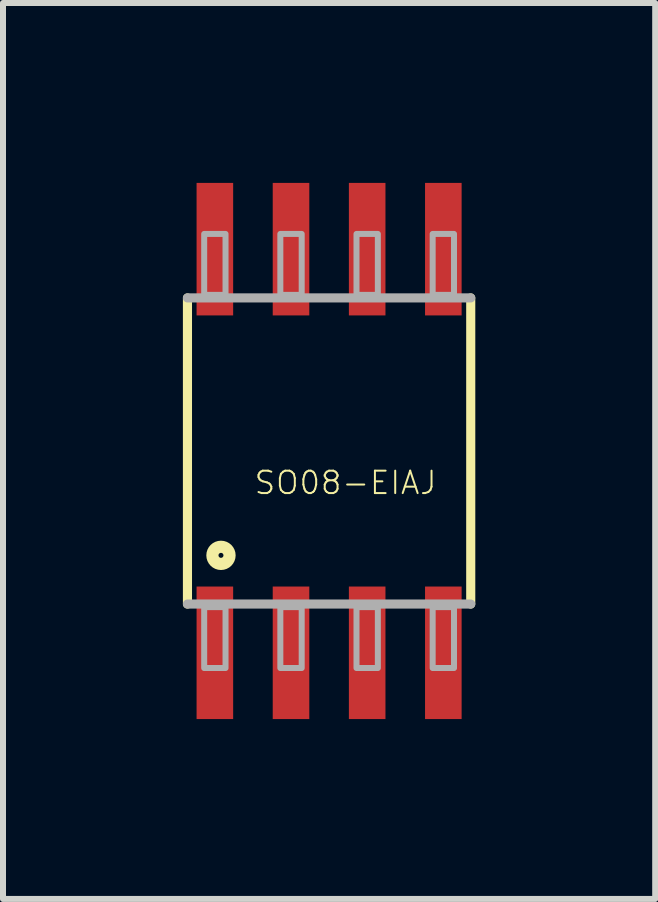
<source format=kicad_pcb>
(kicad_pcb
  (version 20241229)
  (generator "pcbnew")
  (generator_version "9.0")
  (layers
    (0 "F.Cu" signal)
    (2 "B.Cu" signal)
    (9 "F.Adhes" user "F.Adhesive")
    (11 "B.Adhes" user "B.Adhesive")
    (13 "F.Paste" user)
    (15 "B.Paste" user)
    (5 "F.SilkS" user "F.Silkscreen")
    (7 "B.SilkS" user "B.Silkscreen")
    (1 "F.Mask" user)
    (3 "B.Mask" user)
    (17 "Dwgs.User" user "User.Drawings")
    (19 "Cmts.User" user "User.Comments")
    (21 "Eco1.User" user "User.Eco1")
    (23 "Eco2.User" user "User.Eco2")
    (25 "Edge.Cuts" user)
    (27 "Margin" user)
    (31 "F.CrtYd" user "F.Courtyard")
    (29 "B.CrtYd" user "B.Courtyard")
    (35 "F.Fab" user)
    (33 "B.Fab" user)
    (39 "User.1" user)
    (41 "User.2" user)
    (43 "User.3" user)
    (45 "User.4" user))
  (footprint "SO08-EIAJ"
    (layer "F.Cu")
    (at 2.438 4.458)
    (property "Reference" "SO08-EIAJ" (at -1.27 0.762 0) (unlocked yes) (layer "F.SilkS") (effects (font (size 0.374 0.374) (thickness 0.033)) (justify left bottom)))
    (fp_line (start -2.362 -2.54) (end -2.362 2.565) (stroke (width 0.152) (type solid)) (layer "F.SilkS"))
    (fp_line (start 2.362 2.565) (end 2.362 -2.54) (stroke (width 0.152) (type solid)) (layer "F.SilkS"))
    (fp_circle (center -1.803 1.753) (end -1.66 1.753) (stroke (width 0.203) (type solid)) (fill no) (layer "F.SilkS"))
    (fp_line (start -2.362 2.565) (end 2.362 2.565) (stroke (width 0.152) (type solid)) (layer "F.Fab"))
    (fp_line (start 2.362 -2.54) (end -2.362 -2.54) (stroke (width 0.152) (type solid)) (layer "F.Fab"))
    (fp_poly (pts (xy -2.083 -2.591) (xy -1.727 -2.591) (xy -1.727 -3.607) (xy -2.083 -3.607)) (stroke (width 0.1) (type default)) (fill no) (layer "F.Fab"))
    (fp_poly (pts (xy -2.083 3.632) (xy -1.727 3.632) (xy -1.727 2.616) (xy -2.083 2.616)) (stroke (width 0.1) (type default)) (fill no) (layer "F.Fab"))
    (fp_poly (pts (xy -0.813 -2.591) (xy -0.457 -2.591) (xy -0.457 -3.607) (xy -0.813 -3.607)) (stroke (width 0.1) (type default)) (fill no) (layer "F.Fab"))
    (fp_poly (pts (xy -0.813 3.632) (xy -0.457 3.632) (xy -0.457 2.616) (xy -0.813 2.616)) (stroke (width 0.1) (type default)) (fill no) (layer "F.Fab"))
    (fp_poly (pts (xy 0.457 -2.591) (xy 0.813 -2.591) (xy 0.813 -3.607) (xy 0.457 -3.607)) (stroke (width 0.1) (type default)) (fill no) (layer "F.Fab"))
    (fp_poly (pts (xy 0.457 3.632) (xy 0.813 3.632) (xy 0.813 2.616) (xy 0.457 2.616)) (stroke (width 0.1) (type default)) (fill no) (layer "F.Fab"))
    (fp_poly (pts (xy 1.727 -2.591) (xy 2.083 -2.591) (xy 2.083 -3.607) (xy 1.727 -3.607)) (stroke (width 0.1) (type default)) (fill no) (layer "F.Fab"))
    (fp_poly (pts (xy 1.727 3.632) (xy 2.083 3.632) (xy 2.083 2.616) (xy 1.727 2.616)) (stroke (width 0.1) (type default)) (fill no) (layer "F.Fab"))
    (pad "1" smd rect (at -1.905 3.378) (size 0.61 2.21) (layers "F.Cu" "F.Mask" "F.Paste"))
    (pad "2" smd rect (at -0.635 3.378) (size 0.61 2.21) (layers "F.Cu" "F.Mask" "F.Paste"))
    (pad "3" smd rect (at 0.635 3.378) (size 0.61 2.21) (layers "F.Cu" "F.Mask" "F.Paste"))
    (pad "4" smd rect (at 1.905 3.378) (size 0.61 2.21) (layers "F.Cu" "F.Mask" "F.Paste"))
    (pad "5" smd rect (at 1.905 -3.353) (size 0.61 2.21) (layers "F.Cu" "F.Mask" "F.Paste"))
    (pad "6" smd rect (at 0.635 -3.353) (size 0.61 2.21) (layers "F.Cu" "F.Mask" "F.Paste"))
    (pad "7" smd rect (at -0.635 -3.353) (size 0.61 2.21) (layers "F.Cu" "F.Mask" "F.Paste"))
    (pad "8" smd rect (at -1.905 -3.353) (size 0.61 2.21) (layers "F.Cu" "F.Mask" "F.Paste")))
  (gr_rect
    (start -3 -3)
    (end 7.876 11.941)
    (stroke (width 0.1) (type default))
    (fill no)
    (layer "Edge.Cuts")))
</source>
